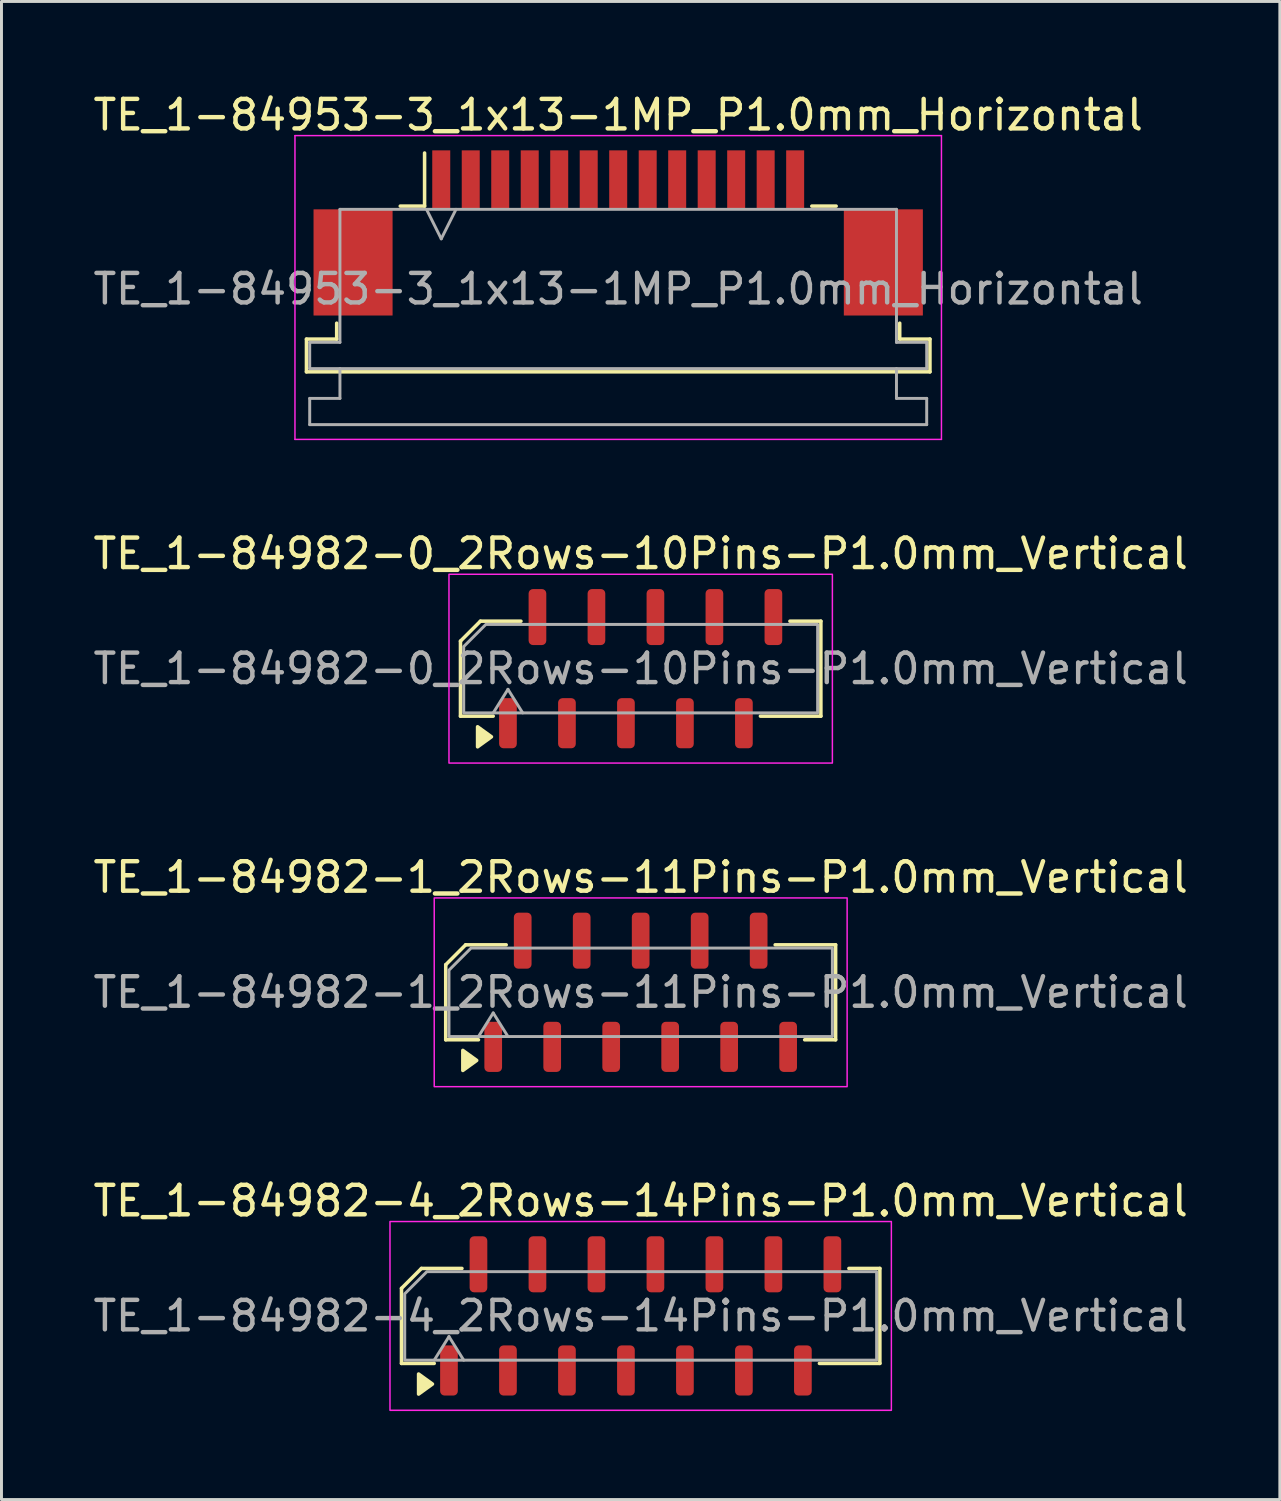
<source format=kicad_pcb>
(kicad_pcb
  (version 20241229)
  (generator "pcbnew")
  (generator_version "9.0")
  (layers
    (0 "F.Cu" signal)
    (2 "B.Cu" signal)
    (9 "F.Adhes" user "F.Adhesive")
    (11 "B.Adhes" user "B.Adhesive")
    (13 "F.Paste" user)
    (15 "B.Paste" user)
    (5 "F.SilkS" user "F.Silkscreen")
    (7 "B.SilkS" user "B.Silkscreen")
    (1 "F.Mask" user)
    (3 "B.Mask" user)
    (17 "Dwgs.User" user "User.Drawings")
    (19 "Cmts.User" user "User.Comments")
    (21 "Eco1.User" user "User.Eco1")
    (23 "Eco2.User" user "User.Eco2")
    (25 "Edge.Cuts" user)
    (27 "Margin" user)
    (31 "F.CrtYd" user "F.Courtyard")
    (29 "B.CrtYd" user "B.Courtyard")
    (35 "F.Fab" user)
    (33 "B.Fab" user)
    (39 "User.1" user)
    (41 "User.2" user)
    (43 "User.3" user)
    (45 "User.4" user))
  (footprint "TE_1-84982-4_2Rows-14Pins-P1.0mm_Vertical"
    (layer "F.Cu")
    (at 18.673 41.568)
    (property "Reference" "TE_1-84982-4_2Rows-14Pins-P1.0mm_Vertical" (at 0 -3.9 0) (layer "F.SilkS") (effects (font (size 1 1) (thickness 0.15))))
    (attr smd)
    (fp_line (start -8.11 -0.934) (end -8.11 1.61) (stroke (width 0.12) (type solid)) (layer "F.SilkS"))
    (fp_line (start -8.11 1.61) (end -7 1.61) (stroke (width 0.12) (type solid)) (layer "F.SilkS"))
    (fp_line (start -7.434 -1.61) (end -8.11 -0.934) (stroke (width 0.12) (type solid)) (layer "F.SilkS"))
    (fp_line (start -6.06 -1.61) (end -7.434 -1.61) (stroke (width 0.12) (type solid)) (layer "F.SilkS"))
    (fp_line (start 6.06 1.61) (end 8.11 1.61) (stroke (width 0.12) (type solid)) (layer "F.SilkS"))
    (fp_line (start 8.11 -1.61) (end 7.06 -1.61) (stroke (width 0.12) (type solid)) (layer "F.SilkS"))
    (fp_line (start 8.11 1.61) (end 8.11 -1.61) (stroke (width 0.12) (type solid)) (layer "F.SilkS"))
    (fp_poly (pts (xy -7.06 2.31) (xy -7.53 2.65) (xy -7.53 1.97)) (stroke (width 0.12) (type solid)) (fill yes) (layer "F.SilkS"))
    (fp_rect (start -8.5 -3.2) (end 8.5 3.2) (stroke (width 0.05) (type solid)) (fill no) (layer "F.CrtYd"))
    (fp_line (start -7 1.5) (end -6.5 0.7) (stroke (width 0.1) (type solid)) (layer "F.Fab"))
    (fp_line (start -6.5 0.7) (end -6 1.5) (stroke (width 0.1) (type solid)) (layer "F.Fab"))
    (fp_poly (pts (xy -8 -0.75) (xy -8 1.5) (xy 8 1.5) (xy 8 -1.5) (xy -7.25 -1.5)) (stroke (width 0.1) (type solid)) (fill no) (layer "F.Fab"))
    (fp_text user "${REFERENCE}" (at 0 0 0) (layer "F.Fab") (effects (font (size 1 1) (thickness 0.15))))
    (pad "1" smd roundrect (at -6.5 1.85) (size 0.6 1.7) (layers "F.Cu" "F.Mask" "F.Paste") (roundrect_rratio 0.25))
    (pad "2" smd roundrect (at -5.5 -1.75) (size 0.6 1.9) (layers "F.Cu" "F.Mask" "F.Paste") (roundrect_rratio 0.25))
    (pad "3" smd roundrect (at -4.5 1.85) (size 0.6 1.7) (layers "F.Cu" "F.Mask" "F.Paste") (roundrect_rratio 0.25))
    (pad "4" smd roundrect (at -3.5 -1.75) (size 0.6 1.9) (layers "F.Cu" "F.Mask" "F.Paste") (roundrect_rratio 0.25))
    (pad "5" smd roundrect (at -2.5 1.85) (size 0.6 1.7) (layers "F.Cu" "F.Mask" "F.Paste") (roundrect_rratio 0.25))
    (pad "6" smd roundrect (at -1.5 -1.75) (size 0.6 1.9) (layers "F.Cu" "F.Mask" "F.Paste") (roundrect_rratio 0.25))
    (pad "7" smd roundrect (at -0.5 1.85) (size 0.6 1.7) (layers "F.Cu" "F.Mask" "F.Paste") (roundrect_rratio 0.25))
    (pad "8" smd roundrect (at 0.5 -1.75) (size 0.6 1.9) (layers "F.Cu" "F.Mask" "F.Paste") (roundrect_rratio 0.25))
    (pad "9" smd roundrect (at 1.5 1.85) (size 0.6 1.7) (layers "F.Cu" "F.Mask" "F.Paste") (roundrect_rratio 0.25))
    (pad "10" smd roundrect (at 2.5 -1.75) (size 0.6 1.9) (layers "F.Cu" "F.Mask" "F.Paste") (roundrect_rratio 0.25))
    (pad "11" smd roundrect (at 3.5 1.85) (size 0.6 1.7) (layers "F.Cu" "F.Mask" "F.Paste") (roundrect_rratio 0.25))
    (pad "12" smd roundrect (at 4.5 -1.75) (size 0.6 1.9) (layers "F.Cu" "F.Mask" "F.Paste") (roundrect_rratio 0.25))
    (pad "13" smd roundrect (at 5.5 1.85) (size 0.6 1.7) (layers "F.Cu" "F.Mask" "F.Paste") (roundrect_rratio 0.25))
    (pad "14" smd roundrect (at 6.5 -1.75) (size 0.6 1.9) (layers "F.Cu" "F.Mask" "F.Paste") (roundrect_rratio 0.25)))
  (footprint "TE_1-84953-3_1x13-1MP_P1.0mm_Horizontal"
    (layer "F.Cu")
    (at 17.911 4.848)
    (property "Reference" "TE_1-84953-3_1x13-1MP_P1.0mm_Horizontal" (at 0 -4 0) (layer "F.SilkS") (effects (font (size 1 1) (thickness 0.15))))
    (attr smd)
    (fp_line (start -10.57 3.6) (end -9.545 3.6) (stroke (width 0.12) (type solid)) (layer "F.SilkS"))
    (fp_line (start -10.57 4.71) (end -10.57 3.6) (stroke (width 0.12) (type solid)) (layer "F.SilkS"))
    (fp_line (start -9.545 3.6) (end -9.545 3.06) (stroke (width 0.12) (type solid)) (layer "F.SilkS"))
    (fp_line (start -7.39 -0.91) (end -6.565 -0.91) (stroke (width 0.12) (type solid)) (layer "F.SilkS"))
    (fp_line (start -6.565 -0.91) (end -6.565 -2.71) (stroke (width 0.12) (type solid)) (layer "F.SilkS"))
    (fp_line (start 6.565 -0.91) (end 7.39 -0.91) (stroke (width 0.12) (type solid)) (layer "F.SilkS"))
    (fp_line (start 9.545 3.06) (end 9.545 3.6) (stroke (width 0.12) (type solid)) (layer "F.SilkS"))
    (fp_line (start 9.545 3.6) (end 10.57 3.6) (stroke (width 0.12) (type solid)) (layer "F.SilkS"))
    (fp_line (start 10.57 3.6) (end 10.57 4.71) (stroke (width 0.12) (type solid)) (layer "F.SilkS"))
    (fp_line (start 10.57 4.71) (end -10.57 4.71) (stroke (width 0.12) (type solid)) (layer "F.SilkS"))
    (fp_line (start -10.96 -3.3) (end -10.96 7) (stroke (width 0.05) (type solid)) (layer "F.CrtYd"))
    (fp_line (start -10.96 7) (end 10.96 7) (stroke (width 0.05) (type solid)) (layer "F.CrtYd"))
    (fp_line (start 10.96 -3.3) (end -10.96 -3.3) (stroke (width 0.05) (type solid)) (layer "F.CrtYd"))
    (fp_line (start 10.96 7) (end 10.96 -3.3) (stroke (width 0.05) (type solid)) (layer "F.CrtYd"))
    (fp_line (start -10.46 3.71) (end -9.435 3.71) (stroke (width 0.1) (type solid)) (layer "F.Fab"))
    (fp_line (start -10.46 4.6) (end -10.46 3.71) (stroke (width 0.1) (type solid)) (layer "F.Fab"))
    (fp_line (start -10.46 5.61) (end -9.435 5.61) (stroke (width 0.1) (type solid)) (layer "F.Fab"))
    (fp_line (start -10.46 6.5) (end -10.46 5.61) (stroke (width 0.1) (type solid)) (layer "F.Fab"))
    (fp_line (start -9.435 -0.8) (end 9.435 -0.8) (stroke (width 0.1) (type solid)) (layer "F.Fab"))
    (fp_line (start -9.435 3.71) (end -9.435 -0.8) (stroke (width 0.1) (type solid)) (layer "F.Fab"))
    (fp_line (start -9.435 5.61) (end -9.435 4.6) (stroke (width 0.1) (type solid)) (layer "F.Fab"))
    (fp_line (start -6.5 -0.8) (end -6 0.2) (stroke (width 0.1) (type solid)) (layer "F.Fab"))
    (fp_line (start -6 0.2) (end -5.5 -0.8) (stroke (width 0.1) (type solid)) (layer "F.Fab"))
    (fp_line (start 9.435 -0.8) (end 9.435 3.71) (stroke (width 0.1) (type solid)) (layer "F.Fab"))
    (fp_line (start 9.435 3.71) (end 10.46 3.71) (stroke (width 0.1) (type solid)) (layer "F.Fab"))
    (fp_line (start 9.435 4.6) (end 9.435 5.61) (stroke (width 0.1) (type solid)) (layer "F.Fab"))
    (fp_line (start 9.435 5.61) (end 10.46 5.61) (stroke (width 0.1) (type solid)) (layer "F.Fab"))
    (fp_line (start 10.46 3.71) (end 10.46 4.6) (stroke (width 0.1) (type solid)) (layer "F.Fab"))
    (fp_line (start 10.46 4.6) (end -10.46 4.6) (stroke (width 0.1) (type solid)) (layer "F.Fab"))
    (fp_line (start 10.46 5.61) (end 10.46 6.5) (stroke (width 0.1) (type solid)) (layer "F.Fab"))
    (fp_line (start 10.46 6.5) (end -10.46 6.5) (stroke (width 0.1) (type solid)) (layer "F.Fab"))
    (fp_text user "${REFERENCE}" (at 0 1.9 0) (layer "F.Fab") (effects (font (size 1 1) (thickness 0.15))))
    (pad "1" smd rect (at -6 -1.8) (size 0.61 2) (layers "F.Cu" "F.Mask" "F.Paste"))
    (pad "2" smd rect (at -5 -1.8) (size 0.61 2) (layers "F.Cu" "F.Mask" "F.Paste"))
    (pad "3" smd rect (at -4 -1.8) (size 0.61 2) (layers "F.Cu" "F.Mask" "F.Paste"))
    (pad "4" smd rect (at -3 -1.8) (size 0.61 2) (layers "F.Cu" "F.Mask" "F.Paste"))
    (pad "5" smd rect (at -2 -1.8) (size 0.61 2) (layers "F.Cu" "F.Mask" "F.Paste"))
    (pad "6" smd rect (at -1 -1.8) (size 0.61 2) (layers "F.Cu" "F.Mask" "F.Paste"))
    (pad "7" smd rect (at 0 -1.8) (size 0.61 2) (layers "F.Cu" "F.Mask" "F.Paste"))
    (pad "8" smd rect (at 1 -1.8) (size 0.61 2) (layers "F.Cu" "F.Mask" "F.Paste"))
    (pad "9" smd rect (at 2 -1.8) (size 0.61 2) (layers "F.Cu" "F.Mask" "F.Paste"))
    (pad "10" smd rect (at 3 -1.8) (size 0.61 2) (layers "F.Cu" "F.Mask" "F.Paste"))
    (pad "11" smd rect (at 4 -1.8) (size 0.61 2) (layers "F.Cu" "F.Mask" "F.Paste"))
    (pad "12" smd rect (at 5 -1.8) (size 0.61 2) (layers "F.Cu" "F.Mask" "F.Paste"))
    (pad "13" smd rect (at 6 -1.8) (size 0.61 2) (layers "F.Cu" "F.Mask" "F.Paste"))
    (pad "MP" smd rect (at -8.99 1) (size 2.68 3.6) (layers "F.Cu" "F.Mask" "F.Paste"))
    (pad "MP" smd rect (at 8.99 1) (size 2.68 3.6) (layers "F.Cu" "F.Mask" "F.Paste")))
  (footprint "TE_1-84982-0_2Rows-10Pins-P1.0mm_Vertical"
    (layer "F.Cu")
    (at 18.673 19.622)
    (property "Reference" "TE_1-84982-0_2Rows-10Pins-P1.0mm_Vertical" (at 0 -3.9 0) (layer "F.SilkS") (effects (font (size 1 1) (thickness 0.15))))
    (attr smd)
    (fp_line (start -6.11 -0.934) (end -6.11 1.61) (stroke (width 0.12) (type solid)) (layer "F.SilkS"))
    (fp_line (start -6.11 1.61) (end -5 1.61) (stroke (width 0.12) (type solid)) (layer "F.SilkS"))
    (fp_line (start -5.434 -1.61) (end -6.11 -0.934) (stroke (width 0.12) (type solid)) (layer "F.SilkS"))
    (fp_line (start -4.06 -1.61) (end -5.434 -1.61) (stroke (width 0.12) (type solid)) (layer "F.SilkS"))
    (fp_line (start 4.06 1.61) (end 6.11 1.61) (stroke (width 0.12) (type solid)) (layer "F.SilkS"))
    (fp_line (start 6.11 -1.61) (end 5.06 -1.61) (stroke (width 0.12) (type solid)) (layer "F.SilkS"))
    (fp_line (start 6.11 1.61) (end 6.11 -1.61) (stroke (width 0.12) (type solid)) (layer "F.SilkS"))
    (fp_poly (pts (xy -5.06 2.31) (xy -5.53 2.65) (xy -5.53 1.97)) (stroke (width 0.12) (type solid)) (fill yes) (layer "F.SilkS"))
    (fp_rect (start -6.5 -3.2) (end 6.5 3.2) (stroke (width 0.05) (type solid)) (fill no) (layer "F.CrtYd"))
    (fp_line (start -5 1.5) (end -4.5 0.7) (stroke (width 0.1) (type solid)) (layer "F.Fab"))
    (fp_line (start -4.5 0.7) (end -4 1.5) (stroke (width 0.1) (type solid)) (layer "F.Fab"))
    (fp_poly (pts (xy -6 -0.75) (xy -6 1.5) (xy 6 1.5) (xy 6 -1.5) (xy -5.25 -1.5)) (stroke (width 0.1) (type solid)) (fill no) (layer "F.Fab"))
    (fp_text user "${REFERENCE}" (at 0 0 0) (layer "F.Fab") (effects (font (size 1 1) (thickness 0.15))))
    (pad "1" smd roundrect (at -4.5 1.85) (size 0.6 1.7) (layers "F.Cu" "F.Mask" "F.Paste") (roundrect_rratio 0.25))
    (pad "2" smd roundrect (at -3.5 -1.75) (size 0.6 1.9) (layers "F.Cu" "F.Mask" "F.Paste") (roundrect_rratio 0.25))
    (pad "3" smd roundrect (at -2.5 1.85) (size 0.6 1.7) (layers "F.Cu" "F.Mask" "F.Paste") (roundrect_rratio 0.25))
    (pad "4" smd roundrect (at -1.5 -1.75) (size 0.6 1.9) (layers "F.Cu" "F.Mask" "F.Paste") (roundrect_rratio 0.25))
    (pad "5" smd roundrect (at -0.5 1.85) (size 0.6 1.7) (layers "F.Cu" "F.Mask" "F.Paste") (roundrect_rratio 0.25))
    (pad "6" smd roundrect (at 0.5 -1.75) (size 0.6 1.9) (layers "F.Cu" "F.Mask" "F.Paste") (roundrect_rratio 0.25))
    (pad "7" smd roundrect (at 1.5 1.85) (size 0.6 1.7) (layers "F.Cu" "F.Mask" "F.Paste") (roundrect_rratio 0.25))
    (pad "8" smd roundrect (at 2.5 -1.75) (size 0.6 1.9) (layers "F.Cu" "F.Mask" "F.Paste") (roundrect_rratio 0.25))
    (pad "9" smd roundrect (at 3.5 1.85) (size 0.6 1.7) (layers "F.Cu" "F.Mask" "F.Paste") (roundrect_rratio 0.25))
    (pad "10" smd roundrect (at 4.5 -1.75) (size 0.6 1.9) (layers "F.Cu" "F.Mask" "F.Paste") (roundrect_rratio 0.25)))
  (footprint "TE_1-84982-1_2Rows-11Pins-P1.0mm_Vertical"
    (layer "F.Cu")
    (at 18.673 30.595)
    (property "Reference" "TE_1-84982-1_2Rows-11Pins-P1.0mm_Vertical" (at 0 -3.9 0) (layer "F.SilkS") (effects (font (size 1 1) (thickness 0.15))))
    (attr smd)
    (fp_line (start -6.61 -0.934) (end -6.61 1.61) (stroke (width 0.12) (type solid)) (layer "F.SilkS"))
    (fp_line (start -6.61 1.61) (end -5.5 1.61) (stroke (width 0.12) (type solid)) (layer "F.SilkS"))
    (fp_line (start -5.934 -1.61) (end -6.61 -0.934) (stroke (width 0.12) (type solid)) (layer "F.SilkS"))
    (fp_line (start -4.56 -1.61) (end -5.934 -1.61) (stroke (width 0.12) (type solid)) (layer "F.SilkS"))
    (fp_line (start 5.56 1.61) (end 6.61 1.61) (stroke (width 0.12) (type solid)) (layer "F.SilkS"))
    (fp_line (start 6.61 -1.61) (end 4.56 -1.61) (stroke (width 0.12) (type solid)) (layer "F.SilkS"))
    (fp_line (start 6.61 1.61) (end 6.61 -1.61) (stroke (width 0.12) (type solid)) (layer "F.SilkS"))
    (fp_poly (pts (xy -5.56 2.31) (xy -6.03 2.65) (xy -6.03 1.97)) (stroke (width 0.12) (type solid)) (fill yes) (layer "F.SilkS"))
    (fp_rect (start -7 -3.2) (end 7 3.2) (stroke (width 0.05) (type solid)) (fill no) (layer "F.CrtYd"))
    (fp_line (start -5.5 1.5) (end -5 0.7) (stroke (width 0.1) (type solid)) (layer "F.Fab"))
    (fp_line (start -5 0.7) (end -4.5 1.5) (stroke (width 0.1) (type solid)) (layer "F.Fab"))
    (fp_poly (pts (xy -6.5 -0.75) (xy -6.5 1.5) (xy 6.5 1.5) (xy 6.5 -1.5) (xy -5.75 -1.5)) (stroke (width 0.1) (type solid)) (fill no) (layer "F.Fab"))
    (fp_text user "${REFERENCE}" (at 0 0 0) (layer "F.Fab") (effects (font (size 1 1) (thickness 0.15))))
    (pad "1" smd roundrect (at -5 1.85) (size 0.6 1.7) (layers "F.Cu" "F.Mask" "F.Paste") (roundrect_rratio 0.25))
    (pad "2" smd roundrect (at -4 -1.75) (size 0.6 1.9) (layers "F.Cu" "F.Mask" "F.Paste") (roundrect_rratio 0.25))
    (pad "3" smd roundrect (at -3 1.85) (size 0.6 1.7) (layers "F.Cu" "F.Mask" "F.Paste") (roundrect_rratio 0.25))
    (pad "4" smd roundrect (at -2 -1.75) (size 0.6 1.9) (layers "F.Cu" "F.Mask" "F.Paste") (roundrect_rratio 0.25))
    (pad "5" smd roundrect (at -1 1.85) (size 0.6 1.7) (layers "F.Cu" "F.Mask" "F.Paste") (roundrect_rratio 0.25))
    (pad "6" smd roundrect (at 0 -1.75) (size 0.6 1.9) (layers "F.Cu" "F.Mask" "F.Paste") (roundrect_rratio 0.25))
    (pad "7" smd roundrect (at 1 1.85) (size 0.6 1.7) (layers "F.Cu" "F.Mask" "F.Paste") (roundrect_rratio 0.25))
    (pad "8" smd roundrect (at 2 -1.75) (size 0.6 1.9) (layers "F.Cu" "F.Mask" "F.Paste") (roundrect_rratio 0.25))
    (pad "9" smd roundrect (at 3 1.85) (size 0.6 1.7) (layers "F.Cu" "F.Mask" "F.Paste") (roundrect_rratio 0.25))
    (pad "10" smd roundrect (at 4 -1.75) (size 0.6 1.9) (layers "F.Cu" "F.Mask" "F.Paste") (roundrect_rratio 0.25))
    (pad "11" smd roundrect (at 5 1.85) (size 0.6 1.7) (layers "F.Cu" "F.Mask" "F.Paste") (roundrect_rratio 0.25)))
  (gr_rect
    (start -3 -3)
    (end 40.345 47.793)
    (stroke (width 0.1) (type default))
    (fill no)
    (layer "Edge.Cuts")))
</source>
